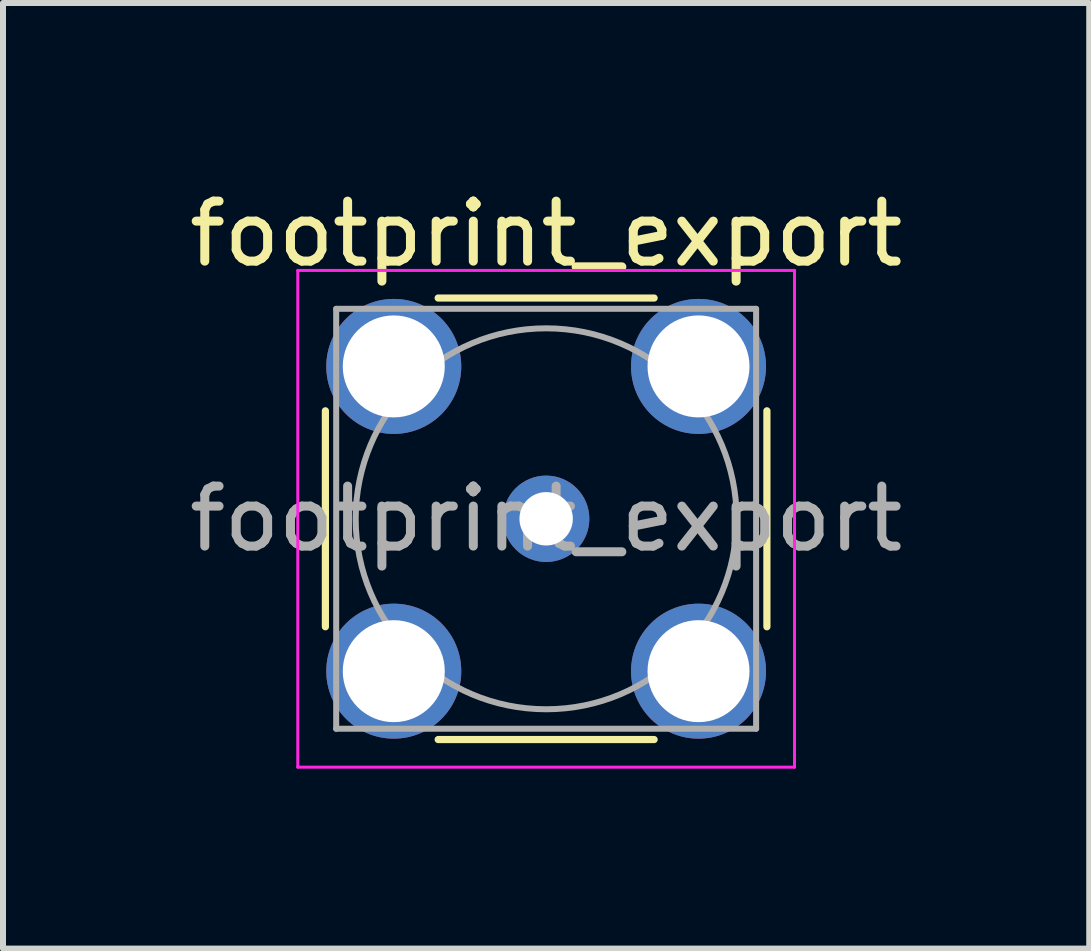
<source format=kicad_pcb>
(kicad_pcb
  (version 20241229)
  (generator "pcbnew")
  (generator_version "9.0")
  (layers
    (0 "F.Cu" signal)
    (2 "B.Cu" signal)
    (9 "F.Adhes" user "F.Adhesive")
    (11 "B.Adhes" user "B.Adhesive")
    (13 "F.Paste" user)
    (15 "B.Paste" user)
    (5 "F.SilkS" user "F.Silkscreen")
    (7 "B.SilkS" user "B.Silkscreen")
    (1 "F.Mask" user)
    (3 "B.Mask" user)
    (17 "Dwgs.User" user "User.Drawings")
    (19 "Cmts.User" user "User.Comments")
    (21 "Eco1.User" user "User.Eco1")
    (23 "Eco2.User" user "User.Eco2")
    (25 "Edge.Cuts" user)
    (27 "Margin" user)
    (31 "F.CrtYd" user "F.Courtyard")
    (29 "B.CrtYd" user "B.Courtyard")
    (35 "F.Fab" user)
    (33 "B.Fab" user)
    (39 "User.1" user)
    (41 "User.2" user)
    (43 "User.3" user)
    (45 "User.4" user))
  (footprint "footprint_export"
    (layer "F.Cu")
    (at 6.054 5.598)
    (property "Reference" "footprint_export" (at 0 -4.75 0) (layer "F.SilkS") (effects (font (size 1 1) (thickness 0.15))))
    (attr through_hole)
    (fp_line (start -3.68 -1.8) (end -3.68 1.8) (stroke (width 0.12) (type solid)) (layer "F.SilkS"))
    (fp_line (start -1.8 -3.68) (end 1.8 -3.68) (stroke (width 0.12) (type solid)) (layer "F.SilkS"))
    (fp_line (start -1.8 3.68) (end 1.8 3.68) (stroke (width 0.12) (type solid)) (layer "F.SilkS"))
    (fp_line (start 3.68 -1.8) (end 3.68 1.8) (stroke (width 0.12) (type solid)) (layer "F.SilkS"))
    (fp_line (start -4.14 -4.14) (end -4.14 4.14) (stroke (width 0.05) (type solid)) (layer "F.CrtYd"))
    (fp_line (start -4.14 -4.14) (end 4.14 -4.14) (stroke (width 0.05) (type solid)) (layer "F.CrtYd"))
    (fp_line (start 4.14 4.14) (end -4.14 4.14) (stroke (width 0.05) (type solid)) (layer "F.CrtYd"))
    (fp_line (start 4.14 4.14) (end 4.14 -4.14) (stroke (width 0.05) (type solid)) (layer "F.CrtYd"))
    (fp_line (start -3.5 -3.5) (end -3.5 3.5) (stroke (width 0.1) (type solid)) (layer "F.Fab"))
    (fp_line (start -3.5 -3.5) (end 3.5 -3.5) (stroke (width 0.1) (type solid)) (layer "F.Fab"))
    (fp_line (start -3.5 3.5) (end 3.5 3.5) (stroke (width 0.1) (type solid)) (layer "F.Fab"))
    (fp_line (start 3.5 -3.5) (end 3.5 3.5) (stroke (width 0.1) (type solid)) (layer "F.Fab"))
    (fp_circle (center 0 0) (end 3.175 0) (stroke (width 0.1) (type solid)) (fill no) (layer "F.Fab"))
    (fp_text user "${REFERENCE}" (at 0 0 0) (layer "F.Fab") (effects (font (size 1 1) (thickness 0.15))))
    (pad "1" thru_hole circle (at 0 0) (size 1.44 1.44) (drill 0.89) (layers "*.Cu" "*.Mask"))
    (pad "2" thru_hole circle (at -2.54 -2.54) (size 2.25 2.25) (drill 1.7) (layers "*.Cu" "*.Mask"))
    (pad "2" thru_hole circle (at -2.54 2.54) (size 2.25 2.25) (drill 1.7) (layers "*.Cu" "*.Mask"))
    (pad "2" thru_hole circle (at 2.54 -2.54) (size 2.25 2.25) (drill 1.7) (layers "*.Cu" "*.Mask"))
    (pad "2" thru_hole circle (at 2.54 2.54) (size 2.25 2.25) (drill 1.7) (layers "*.Cu" "*.Mask")))
  (gr_rect
    (start -3 -3)
    (end 15.107 12.763)
    (stroke (width 0.1) (type default))
    (fill no)
    (layer "Edge.Cuts")))
</source>
